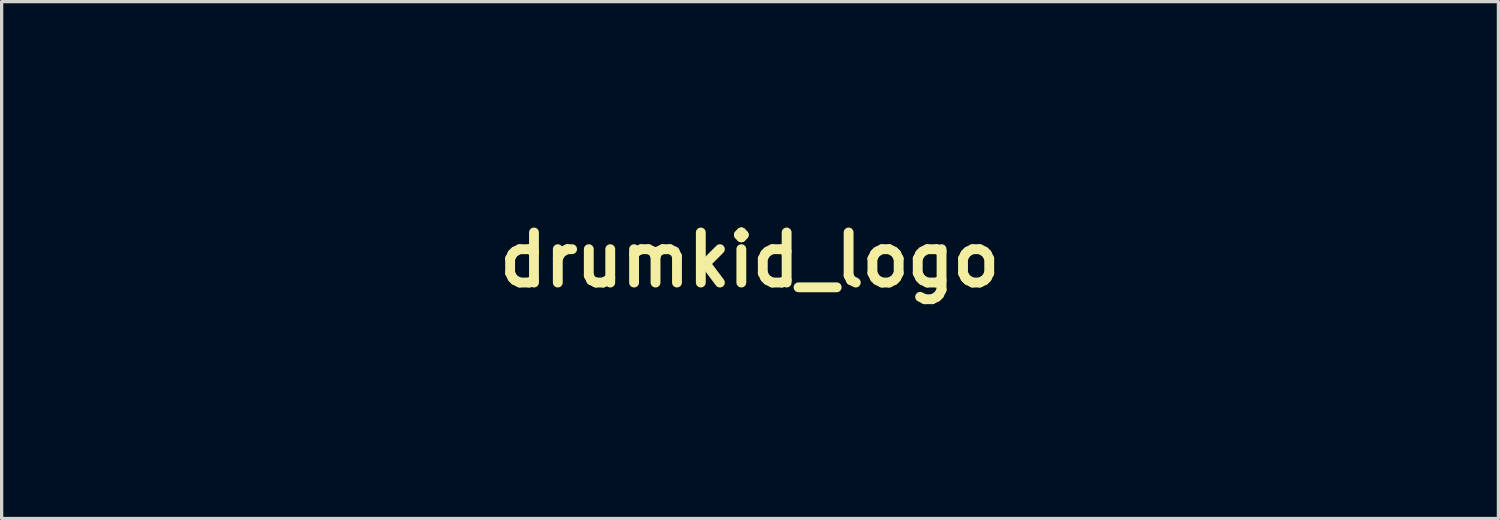
<source format=kicad_pcb>
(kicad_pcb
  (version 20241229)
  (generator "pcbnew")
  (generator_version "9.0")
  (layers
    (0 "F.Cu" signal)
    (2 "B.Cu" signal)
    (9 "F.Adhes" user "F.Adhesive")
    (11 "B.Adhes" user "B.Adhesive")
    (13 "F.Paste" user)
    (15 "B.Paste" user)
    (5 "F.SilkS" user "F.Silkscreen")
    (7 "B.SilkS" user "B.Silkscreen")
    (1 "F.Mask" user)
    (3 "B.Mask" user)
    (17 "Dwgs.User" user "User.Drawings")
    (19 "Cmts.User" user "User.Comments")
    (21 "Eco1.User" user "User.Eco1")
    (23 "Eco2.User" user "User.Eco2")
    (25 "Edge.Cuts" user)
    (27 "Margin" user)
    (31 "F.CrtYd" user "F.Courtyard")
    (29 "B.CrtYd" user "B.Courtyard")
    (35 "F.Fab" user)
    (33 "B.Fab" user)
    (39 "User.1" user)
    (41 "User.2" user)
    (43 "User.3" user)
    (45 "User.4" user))
  (footprint "drumkid_logo"
    (layer "F.Cu")
    (at 19.775 4.863)
    (property "Reference" "drumkid_logo" (at 0 0 0) (layer "F.SilkS") (effects (font (size 1.524 1.524) (thickness 0.3))))
    (attr through_hole)
    (fp_poly (pts (xy 12.785 -3.659) (xy 12.84 -3.644) (xy 13.009 -3.572) (xy 13.145 -3.475) (xy 13.248 -3.351) (xy 13.317 -3.204) (xy 13.35 -3.033) (xy 13.351 -2.874) (xy 13.319 -2.705) (xy 13.251 -2.553) (xy 13.152 -2.422) (xy 13.024 -2.319) (xy 12.889 -2.253) (xy 12.782 -2.227) (xy 12.655 -2.212) (xy 12.526 -2.211) (xy 12.426 -2.223) (xy 12.264 -2.277) (xy 12.12 -2.363) (xy 12.003 -2.476) (xy 11.916 -2.612) (xy 11.897 -2.658) (xy 11.864 -2.789) (xy 11.853 -2.935) (xy 11.865 -3.082) (xy 11.897 -3.215) (xy 11.922 -3.271) (xy 12.016 -3.411) (xy 12.139 -3.524) (xy 12.284 -3.608) (xy 12.445 -3.66) (xy 12.614 -3.678) (xy 12.785 -3.659)) (stroke (width 0.01) (type solid)) (fill no) (layer "Eco2.User"))
    (fp_poly (pts (xy 13.801 -2.484) (xy 13.989 -2.465) (xy 14.154 -2.411) (xy 14.295 -2.324) (xy 14.411 -2.203) (xy 14.416 -2.196) (xy 14.489 -2.062) (xy 14.531 -1.911) (xy 14.543 -1.751) (xy 14.525 -1.591) (xy 14.479 -1.44) (xy 14.405 -1.306) (xy 14.326 -1.217) (xy 14.187 -1.118) (xy 14.027 -1.052) (xy 13.855 -1.021) (xy 13.68 -1.026) (xy 13.523 -1.063) (xy 13.358 -1.14) (xy 13.227 -1.242) (xy 13.131 -1.368) (xy 13.069 -1.518) (xy 13.042 -1.692) (xy 13.043 -1.799) (xy 13.072 -1.973) (xy 13.137 -2.125) (xy 13.238 -2.255) (xy 13.376 -2.363) (xy 13.479 -2.419) (xy 13.557 -2.453) (xy 13.622 -2.473) (xy 13.691 -2.482) (xy 13.781 -2.484) (xy 13.801 -2.484)) (stroke (width 0.01) (type solid)) (fill no) (layer "Eco2.User"))
    (fp_poly (pts (xy 11.624 -2.464) (xy 11.784 -2.403) (xy 11.93 -2.305) (xy 11.978 -2.262) (xy 12.071 -2.144) (xy 12.129 -2.005) (xy 12.156 -1.841) (xy 12.158 -1.778) (xy 12.156 -1.682) (xy 12.148 -1.591) (xy 12.136 -1.522) (xy 12.133 -1.512) (xy 12.07 -1.369) (xy 11.973 -1.247) (xy 11.85 -1.147) (xy 11.706 -1.073) (xy 11.546 -1.029) (xy 11.378 -1.017) (xy 11.213 -1.039) (xy 11.069 -1.091) (xy 10.935 -1.174) (xy 10.822 -1.279) (xy 10.736 -1.399) (xy 10.699 -1.483) (xy 10.67 -1.617) (xy 10.662 -1.767) (xy 10.676 -1.914) (xy 10.698 -2.006) (xy 10.75 -2.113) (xy 10.832 -2.223) (xy 10.84 -2.232) (xy 10.975 -2.35) (xy 11.126 -2.432) (xy 11.289 -2.478) (xy 11.457 -2.489) (xy 11.624 -2.464)) (stroke (width 0.01) (type solid)) (fill no) (layer "Eco2.User"))
    (fp_poly (pts (xy 11.521 -4.857) (xy 11.595 -4.851) (xy 11.653 -4.839) (xy 11.709 -4.819) (xy 11.758 -4.796) (xy 11.908 -4.704) (xy 12.022 -4.594) (xy 12.1 -4.461) (xy 12.145 -4.305) (xy 12.159 -4.138) (xy 12.15 -3.982) (xy 12.12 -3.853) (xy 12.063 -3.741) (xy 11.977 -3.634) (xy 11.961 -3.618) (xy 11.823 -3.509) (xy 11.665 -3.436) (xy 11.492 -3.4) (xy 11.309 -3.403) (xy 11.266 -3.41) (xy 11.117 -3.452) (xy 10.978 -3.521) (xy 10.858 -3.613) (xy 10.767 -3.72) (xy 10.735 -3.776) (xy 10.683 -3.928) (xy 10.661 -4.093) (xy 10.67 -4.258) (xy 10.708 -4.411) (xy 10.735 -4.472) (xy 10.8 -4.568) (xy 10.894 -4.664) (xy 11.006 -4.75) (xy 11.086 -4.796) (xy 11.147 -4.825) (xy 11.201 -4.843) (xy 11.26 -4.853) (xy 11.338 -4.857) (xy 11.419 -4.858) (xy 11.521 -4.857)) (stroke (width 0.01) (type solid)) (fill no) (layer "Eco2.User"))
    (fp_poly (pts (xy 13.902 -4.856) (xy 13.977 -4.85) (xy 14.039 -4.835) (xy 14.103 -4.811) (xy 14.135 -4.796) (xy 14.271 -4.714) (xy 14.386 -4.606) (xy 14.472 -4.481) (xy 14.509 -4.393) (xy 14.534 -4.268) (xy 14.541 -4.127) (xy 14.53 -3.985) (xy 14.502 -3.859) (xy 14.479 -3.801) (xy 14.389 -3.662) (xy 14.267 -3.549) (xy 14.119 -3.464) (xy 13.949 -3.412) (xy 13.939 -3.41) (xy 13.862 -3.396) (xy 13.807 -3.391) (xy 13.754 -3.393) (xy 13.686 -3.402) (xy 13.645 -3.409) (xy 13.485 -3.455) (xy 13.338 -3.534) (xy 13.213 -3.641) (xy 13.118 -3.769) (xy 13.102 -3.8) (xy 13.077 -3.858) (xy 13.062 -3.915) (xy 13.054 -3.984) (xy 13.05 -4.079) (xy 13.05 -4.117) (xy 13.051 -4.219) (xy 13.056 -4.293) (xy 13.067 -4.35) (xy 13.088 -4.405) (xy 13.108 -4.448) (xy 13.196 -4.582) (xy 13.316 -4.699) (xy 13.459 -4.792) (xy 13.479 -4.801) (xy 13.545 -4.829) (xy 13.605 -4.846) (xy 13.674 -4.855) (xy 13.767 -4.858) (xy 13.801 -4.858) (xy 13.902 -4.856)) (stroke (width 0.01) (type solid)) (fill no) (layer "Eco2.User"))
    (fp_poly (pts (xy 12.696 -1.237) (xy 12.769 -1.23) (xy 12.827 -1.217) (xy 12.886 -1.193) (xy 12.912 -1.181) (xy 13.062 -1.085) (xy 13.184 -0.958) (xy 13.275 -0.806) (xy 13.331 -0.633) (xy 13.335 -0.611) (xy 13.339 -0.568) (xy 13.343 -0.482) (xy 13.346 -0.354) (xy 13.348 -0.185) (xy 13.35 0.026) (xy 13.351 0.278) (xy 13.352 0.571) (xy 13.353 0.905) (xy 13.352 1.28) (xy 13.352 1.694) (xy 13.351 1.876) (xy 13.345 4.244) (xy 13.295 4.378) (xy 13.231 4.505) (xy 13.141 4.625) (xy 13.034 4.727) (xy 12.92 4.799) (xy 12.907 4.806) (xy 12.801 4.838) (xy 12.675 4.858) (xy 12.544 4.863) (xy 12.426 4.853) (xy 12.368 4.839) (xy 12.215 4.768) (xy 12.085 4.663) (xy 11.981 4.527) (xy 11.907 4.366) (xy 11.875 4.243) (xy 11.871 4.208) (xy 11.868 4.147) (xy 11.865 4.057) (xy 11.862 3.939) (xy 11.86 3.79) (xy 11.858 3.61) (xy 11.857 3.395) (xy 11.856 3.146) (xy 11.856 2.861) (xy 11.856 2.537) (xy 11.857 2.175) (xy 11.857 1.772) (xy 11.858 1.725) (xy 11.864 -0.667) (xy 11.913 -0.787) (xy 11.987 -0.924) (xy 12.092 -1.048) (xy 12.214 -1.146) (xy 12.272 -1.179) (xy 12.336 -1.208) (xy 12.393 -1.226) (xy 12.458 -1.235) (xy 12.545 -1.238) (xy 12.594 -1.238) (xy 12.696 -1.237)) (stroke (width 0.01) (type solid)) (fill no) (layer "Eco2.User"))
    (fp_poly (pts (xy -12.459 -1.241) (xy -12.3 -1.204) (xy -12.164 -1.132) (xy -12.052 -1.025) (xy -11.964 -0.883) (xy -11.9 -0.707) (xy -11.861 -0.498) (xy -11.859 -0.478) (xy -11.843 -0.332) (xy -11.721 -0.516) (xy -11.626 -0.647) (xy -11.52 -0.777) (xy -11.408 -0.897) (xy -11.301 -0.999) (xy -11.206 -1.074) (xy -11.196 -1.081) (xy -11.088 -1.142) (xy -10.979 -1.186) (xy -10.859 -1.214) (xy -10.717 -1.23) (xy -10.545 -1.236) (xy -10.541 -1.236) (xy -10.408 -1.235) (xy -10.304 -1.23) (xy -10.217 -1.22) (xy -10.132 -1.203) (xy -10.075 -1.189) (xy -9.863 -1.12) (xy -9.671 -1.033) (xy -9.504 -0.932) (xy -9.367 -0.821) (xy -9.265 -0.701) (xy -9.233 -0.648) (xy -9.201 -0.578) (xy -9.184 -0.511) (xy -9.177 -0.429) (xy -9.177 -0.381) (xy -9.194 -0.214) (xy -9.248 -0.07) (xy -9.337 0.052) (xy -9.463 0.152) (xy -9.53 0.19) (xy -9.602 0.222) (xy -9.669 0.242) (xy -9.738 0.25) (xy -9.818 0.244) (xy -9.917 0.225) (xy -10.042 0.193) (xy -10.141 0.164) (xy -10.263 0.129) (xy -10.356 0.104) (xy -10.433 0.088) (xy -10.507 0.079) (xy -10.589 0.075) (xy -10.693 0.074) (xy -10.721 0.074) (xy -10.836 0.075) (xy -10.919 0.077) (xy -10.98 0.084) (xy -11.029 0.096) (xy -11.076 0.114) (xy -11.115 0.132) (xy -11.254 0.22) (xy -11.374 0.338) (xy -11.478 0.489) (xy -11.565 0.674) (xy -11.637 0.895) (xy -11.694 1.155) (xy -11.704 1.21) (xy -11.723 1.334) (xy -11.739 1.46) (xy -11.753 1.594) (xy -11.764 1.738) (xy -11.773 1.898) (xy -11.78 2.079) (xy -11.785 2.285) (xy -11.788 2.52) (xy -11.79 2.789) (xy -11.79 3.037) (xy -11.791 3.242) (xy -11.792 3.438) (xy -11.794 3.621) (xy -11.797 3.786) (xy -11.8 3.927) (xy -11.804 4.039) (xy -11.808 4.118) (xy -11.811 4.152) (xy -11.856 4.349) (xy -11.931 4.517) (xy -12.033 4.655) (xy -12.162 4.761) (xy -12.228 4.797) (xy -12.338 4.836) (xy -12.469 4.859) (xy -12.604 4.865) (xy -12.727 4.852) (xy -12.774 4.84) (xy -12.891 4.793) (xy -12.985 4.735) (xy -13.075 4.653) (xy -13.176 4.518) (xy -13.249 4.352) (xy -13.292 4.159) (xy -13.297 4.108) (xy -13.3 4.019) (xy -13.303 3.896) (xy -13.306 3.742) (xy -13.308 3.559) (xy -13.31 3.353) (xy -13.311 3.126) (xy -13.312 2.881) (xy -13.312 2.623) (xy -13.312 2.354) (xy -13.311 2.077) (xy -13.311 1.797) (xy -13.309 1.516) (xy -13.308 1.238) (xy -13.306 0.967) (xy -13.304 0.705) (xy -13.301 0.456) (xy -13.298 0.225) (xy -13.295 0.013) (xy -13.292 -0.176) (xy -13.288 -0.338) (xy -13.284 -0.469) (xy -13.28 -0.567) (xy -13.276 -0.629) (xy -13.273 -0.646) (xy -13.21 -0.833) (xy -13.125 -0.984) (xy -13.017 -1.1) (xy -12.886 -1.182) (xy -12.731 -1.23) (xy -12.641 -1.242) (xy -12.459 -1.241)) (stroke (width 0.01) (type solid)) (fill no) (layer "Eco2.User"))
    (fp_poly (pts (xy -14.499 -3.474) (xy -14.356 -3.449) (xy -14.248 -3.409) (xy -14.141 -3.333) (xy -14.043 -3.225) (xy -13.963 -3.095) (xy -13.955 -3.08) (xy -13.896 -2.953) (xy -13.896 0.677) (xy -13.896 1.147) (xy -13.896 1.577) (xy -13.895 1.968) (xy -13.895 2.322) (xy -13.895 2.642) (xy -13.896 2.929) (xy -13.897 3.184) (xy -13.898 3.411) (xy -13.9 3.611) (xy -13.902 3.785) (xy -13.906 3.936) (xy -13.91 4.065) (xy -13.915 4.175) (xy -13.922 4.267) (xy -13.929 4.343) (xy -13.938 4.406) (xy -13.948 4.456) (xy -13.96 4.497) (xy -13.974 4.529) (xy -13.989 4.554) (xy -14.006 4.576) (xy -14.024 4.595) (xy -14.045 4.613) (xy -14.068 4.632) (xy -14.093 4.655) (xy -14.107 4.668) (xy -14.221 4.767) (xy -14.336 4.829) (xy -14.464 4.861) (xy -14.616 4.865) (xy -14.636 4.864) (xy -14.805 4.834) (xy -14.953 4.769) (xy -15.077 4.672) (xy -15.175 4.543) (xy -15.247 4.386) (xy -15.29 4.201) (xy -15.303 4.013) (xy -15.303 3.867) (xy -15.433 4.009) (xy -15.552 4.129) (xy -15.689 4.254) (xy -15.835 4.374) (xy -15.978 4.48) (xy -16.106 4.563) (xy -16.118 4.57) (xy -16.288 4.655) (xy -16.484 4.731) (xy -16.69 4.794) (xy -16.878 4.836) (xy -17.029 4.855) (xy -17.202 4.864) (xy -17.381 4.864) (xy -17.55 4.855) (xy -17.686 4.837) (xy -17.973 4.768) (xy -18.236 4.669) (xy -18.48 4.537) (xy -18.71 4.367) (xy -18.892 4.202) (xy -19.109 3.955) (xy -19.297 3.679) (xy -19.454 3.376) (xy -19.58 3.047) (xy -19.675 2.693) (xy -19.737 2.316) (xy -19.767 1.916) (xy -19.769 1.794) (xy -18.246 1.794) (xy -18.24 1.986) (xy -18.228 2.172) (xy -18.21 2.342) (xy -18.185 2.484) (xy -18.176 2.519) (xy -18.09 2.784) (xy -17.979 3.016) (xy -17.843 3.213) (xy -17.682 3.379) (xy -17.495 3.512) (xy -17.41 3.558) (xy -17.186 3.647) (xy -16.959 3.694) (xy -16.729 3.699) (xy -16.542 3.672) (xy -16.318 3.604) (xy -16.116 3.501) (xy -15.937 3.365) (xy -15.782 3.196) (xy -15.651 2.997) (xy -15.546 2.769) (xy -15.467 2.513) (xy -15.416 2.231) (xy -15.393 1.925) (xy -15.395 1.675) (xy -15.418 1.388) (xy -15.464 1.13) (xy -15.536 0.894) (xy -15.635 0.67) (xy -15.709 0.536) (xy -15.835 0.365) (xy -15.993 0.21) (xy -16.173 0.078) (xy -16.366 -0.021) (xy -16.457 -0.055) (xy -16.68 -0.105) (xy -16.903 -0.114) (xy -17.122 -0.083) (xy -17.332 -0.013) (xy -17.529 0.094) (xy -17.702 0.232) (xy -17.865 0.415) (xy -18 0.629) (xy -18.107 0.873) (xy -18.187 1.149) (xy -18.215 1.292) (xy -18.233 1.436) (xy -18.243 1.607) (xy -18.246 1.794) (xy -19.769 1.794) (xy -19.77 1.749) (xy -19.754 1.346) (xy -19.708 0.969) (xy -19.631 0.618) (xy -19.524 0.294) (xy -19.387 -0.002) (xy -19.221 -0.27) (xy -19.026 -0.508) (xy -18.803 -0.716) (xy -18.551 -0.893) (xy -18.362 -0.997) (xy -18.189 -1.075) (xy -18.023 -1.133) (xy -17.855 -1.175) (xy -17.672 -1.203) (xy -17.463 -1.218) (xy -17.366 -1.222) (xy -17.051 -1.22) (xy -16.765 -1.192) (xy -16.504 -1.137) (xy -16.26 -1.052) (xy -16.028 -0.934) (xy -15.803 -0.783) (xy -15.579 -0.596) (xy -15.511 -0.532) (xy -15.303 -0.333) (xy -15.303 -1.52) (xy -15.303 -1.799) (xy -15.303 -2.039) (xy -15.301 -2.244) (xy -15.298 -2.417) (xy -15.294 -2.563) (xy -15.289 -2.683) (xy -15.282 -2.782) (xy -15.273 -2.864) (xy -15.262 -2.931) (xy -15.248 -2.988) (xy -15.231 -3.037) (xy -15.212 -3.083) (xy -15.197 -3.115) (xy -15.13 -3.22) (xy -15.043 -3.317) (xy -14.949 -3.392) (xy -14.92 -3.409) (xy -14.796 -3.453) (xy -14.651 -3.475) (xy -14.499 -3.474)) (stroke (width 0.01) (type solid)) (fill no) (layer "Eco2.User"))
    (fp_poly (pts (xy 7.017 -3.47) (xy 7.131 -3.452) (xy 7.173 -3.441) (xy 7.277 -3.389) (xy 7.383 -3.31) (xy 7.477 -3.215) (xy 7.544 -3.115) (xy 7.545 -3.114) (xy 7.562 -3.079) (xy 7.578 -3.048) (xy 7.591 -3.017) (xy 7.603 -2.983) (xy 7.613 -2.944) (xy 7.622 -2.897) (xy 7.629 -2.839) (xy 7.636 -2.768) (xy 7.641 -2.68) (xy 7.645 -2.574) (xy 7.648 -2.446) (xy 7.651 -2.294) (xy 7.653 -2.114) (xy 7.655 -1.905) (xy 7.657 -1.662) (xy 7.659 -1.385) (xy 7.661 -1.069) (xy 7.662 -0.881) (xy 7.673 1.085) (xy 8.641 0.072) (xy 8.81 -0.105) (xy 8.974 -0.276) (xy 9.129 -0.436) (xy 9.273 -0.585) (xy 9.404 -0.718) (xy 9.517 -0.833) (xy 9.611 -0.927) (xy 9.682 -0.997) (xy 9.728 -1.04) (xy 9.737 -1.048) (xy 9.842 -1.129) (xy 9.932 -1.184) (xy 10.021 -1.217) (xy 10.12 -1.233) (xy 10.234 -1.237) (xy 10.377 -1.228) (xy 10.493 -1.201) (xy 10.593 -1.149) (xy 10.689 -1.068) (xy 10.721 -1.035) (xy 10.806 -0.93) (xy 10.858 -0.827) (xy 10.883 -0.713) (xy 10.887 -0.645) (xy 10.879 -0.543) (xy 10.849 -0.437) (xy 10.795 -0.325) (xy 10.715 -0.203) (xy 10.606 -0.069) (xy 10.467 0.08) (xy 10.294 0.249) (xy 10.234 0.305) (xy 10.12 0.411) (xy 9.995 0.527) (xy 9.87 0.644) (xy 9.759 0.748) (xy 9.721 0.783) (xy 9.484 1.005) (xy 10.336 2.341) (xy 10.475 2.56) (xy 10.61 2.772) (xy 10.737 2.973) (xy 10.855 3.161) (xy 10.962 3.332) (xy 11.056 3.483) (xy 11.135 3.61) (xy 11.197 3.712) (xy 11.24 3.784) (xy 11.261 3.822) (xy 11.299 3.902) (xy 11.322 3.966) (xy 11.332 4.033) (xy 11.334 4.121) (xy 11.334 4.137) (xy 11.325 4.291) (xy 11.297 4.416) (xy 11.244 4.525) (xy 11.162 4.63) (xy 11.125 4.668) (xy 11.014 4.764) (xy 10.902 4.826) (xy 10.778 4.859) (xy 10.631 4.866) (xy 10.587 4.864) (xy 10.521 4.859) (xy 10.461 4.851) (xy 10.405 4.838) (xy 10.351 4.817) (xy 10.297 4.786) (xy 10.241 4.744) (xy 10.182 4.688) (xy 10.117 4.616) (xy 10.046 4.525) (xy 9.966 4.414) (xy 9.875 4.281) (xy 9.772 4.122) (xy 9.655 3.937) (xy 9.523 3.722) (xy 9.372 3.476) (xy 9.202 3.197) (xy 9.144 3.101) (xy 9.027 2.908) (xy 8.917 2.726) (xy 8.814 2.558) (xy 8.722 2.407) (xy 8.643 2.277) (xy 8.577 2.17) (xy 8.528 2.09) (xy 8.497 2.04) (xy 8.486 2.024) (xy 8.467 2.033) (xy 8.422 2.068) (xy 8.354 2.124) (xy 8.269 2.2) (xy 8.17 2.29) (xy 8.068 2.384) (xy 7.667 2.762) (xy 7.664 3.435) (xy 7.663 3.655) (xy 7.66 3.837) (xy 7.656 3.987) (xy 7.648 4.11) (xy 7.636 4.209) (xy 7.621 4.291) (xy 7.6 4.361) (xy 7.574 4.422) (xy 7.542 4.481) (xy 7.512 4.527) (xy 7.432 4.634) (xy 7.343 4.715) (xy 7.232 4.786) (xy 7.197 4.805) (xy 7.105 4.838) (xy 6.99 4.857) (xy 6.866 4.864) (xy 6.75 4.856) (xy 6.678 4.84) (xy 6.522 4.77) (xy 6.396 4.673) (xy 6.298 4.546) (xy 6.225 4.386) (xy 6.191 4.271) (xy 6.187 4.249) (xy 6.184 4.218) (xy 6.18 4.177) (xy 6.177 4.124) (xy 6.174 4.057) (xy 6.172 3.973) (xy 6.17 3.871) (xy 6.168 3.75) (xy 6.166 3.606) (xy 6.165 3.438) (xy 6.163 3.245) (xy 6.163 3.023) (xy 6.162 2.773) (xy 6.161 2.49) (xy 6.161 2.174) (xy 6.16 1.822) (xy 6.16 1.433) (xy 6.16 1.005) (xy 6.16 0.751) (xy 6.16 0.251) (xy 6.16 -0.213) (xy 6.161 -0.641) (xy 6.162 -1.031) (xy 6.163 -1.383) (xy 6.165 -1.696) (xy 6.167 -1.971) (xy 6.169 -2.206) (xy 6.171 -2.401) (xy 6.173 -2.556) (xy 6.176 -2.67) (xy 6.179 -2.742) (xy 6.181 -2.768) (xy 6.23 -2.969) (xy 6.305 -3.139) (xy 6.405 -3.276) (xy 6.53 -3.381) (xy 6.678 -3.45) (xy 6.774 -3.47) (xy 6.893 -3.476) (xy 7.017 -3.47)) (stroke (width 0.01) (type solid)) (fill no) (layer "Eco2.User"))
    (fp_poly (pts (xy 19.231 -3.466) (xy 19.364 -3.432) (xy 19.477 -3.373) (xy 19.557 -3.304) (xy 19.662 -3.175) (xy 19.734 -3.024) (xy 19.767 -2.904) (xy 19.77 -2.874) (xy 19.774 -2.816) (xy 19.776 -2.729) (xy 19.779 -2.613) (xy 19.781 -2.466) (xy 19.783 -2.286) (xy 19.785 -2.073) (xy 19.786 -1.827) (xy 19.788 -1.545) (xy 19.789 -1.226) (xy 19.79 -0.87) (xy 19.79 -0.476) (xy 19.791 -0.042) (xy 19.791 0.433) (xy 19.791 0.69) (xy 19.791 1.152) (xy 19.791 1.574) (xy 19.791 1.958) (xy 19.791 2.305) (xy 19.79 2.617) (xy 19.79 2.897) (xy 19.789 3.146) (xy 19.787 3.366) (xy 19.785 3.56) (xy 19.783 3.729) (xy 19.78 3.874) (xy 19.776 3.999) (xy 19.772 4.105) (xy 19.767 4.194) (xy 19.761 4.267) (xy 19.754 4.328) (xy 19.746 4.377) (xy 19.736 4.416) (xy 19.726 4.449) (xy 19.715 4.476) (xy 19.702 4.499) (xy 19.688 4.521) (xy 19.672 4.544) (xy 19.657 4.566) (xy 19.549 4.691) (xy 19.42 4.783) (xy 19.276 4.843) (xy 19.123 4.869) (xy 18.967 4.861) (xy 18.816 4.818) (xy 18.676 4.739) (xy 18.594 4.669) (xy 18.509 4.57) (xy 18.448 4.462) (xy 18.408 4.337) (xy 18.384 4.185) (xy 18.378 4.091) (xy 18.367 3.875) (xy 18.161 4.082) (xy 18.005 4.232) (xy 17.863 4.355) (xy 17.725 4.457) (xy 17.579 4.548) (xy 17.431 4.626) (xy 17.24 4.713) (xy 17.061 4.776) (xy 16.881 4.82) (xy 16.686 4.846) (xy 16.465 4.859) (xy 16.447 4.859) (xy 16.245 4.861) (xy 16.084 4.853) (xy 15.967 4.838) (xy 15.669 4.761) (xy 15.389 4.646) (xy 15.13 4.496) (xy 14.891 4.312) (xy 14.675 4.096) (xy 14.482 3.85) (xy 14.314 3.574) (xy 14.172 3.271) (xy 14.058 2.942) (xy 13.973 2.589) (xy 13.929 2.308) (xy 13.918 2.187) (xy 13.911 2.035) (xy 13.91 1.973) (xy 15.417 1.973) (xy 15.449 2.286) (xy 15.516 2.581) (xy 15.614 2.853) (xy 15.644 2.918) (xy 15.769 3.13) (xy 15.92 3.313) (xy 16.095 3.464) (xy 16.292 3.581) (xy 16.506 3.661) (xy 16.557 3.673) (xy 16.672 3.69) (xy 16.811 3.696) (xy 16.96 3.691) (xy 17.1 3.677) (xy 17.218 3.653) (xy 17.23 3.65) (xy 17.447 3.563) (xy 17.641 3.442) (xy 17.81 3.287) (xy 17.955 3.099) (xy 18.074 2.88) (xy 18.167 2.629) (xy 18.234 2.349) (xy 18.271 2.067) (xy 18.282 1.761) (xy 18.262 1.463) (xy 18.214 1.178) (xy 18.137 0.911) (xy 18.033 0.668) (xy 17.904 0.455) (xy 17.894 0.442) (xy 17.756 0.283) (xy 17.591 0.143) (xy 17.408 0.028) (xy 17.218 -0.055) (xy 17.154 -0.075) (xy 17.039 -0.096) (xy 16.899 -0.106) (xy 16.752 -0.106) (xy 16.614 -0.096) (xy 16.505 -0.076) (xy 16.288 0.004) (xy 16.094 0.118) (xy 15.922 0.267) (xy 15.774 0.449) (xy 15.65 0.662) (xy 15.551 0.906) (xy 15.478 1.178) (xy 15.431 1.478) (xy 15.418 1.645) (xy 15.417 1.973) (xy 13.91 1.973) (xy 13.908 1.863) (xy 13.908 1.682) (xy 13.911 1.503) (xy 13.918 1.335) (xy 13.929 1.191) (xy 13.939 1.103) (xy 14.004 0.748) (xy 14.094 0.426) (xy 14.212 0.132) (xy 14.357 -0.134) (xy 14.531 -0.377) (xy 14.699 -0.562) (xy 14.923 -0.761) (xy 15.161 -0.923) (xy 15.415 -1.05) (xy 15.689 -1.142) (xy 15.985 -1.2) (xy 16.306 -1.226) (xy 16.415 -1.228) (xy 16.728 -1.214) (xy 17.015 -1.171) (xy 17.283 -1.097) (xy 17.535 -0.989) (xy 17.778 -0.846) (xy 18.016 -0.665) (xy 18.209 -0.49) (xy 18.373 -0.331) (xy 18.373 -1.557) (xy 18.373 -1.834) (xy 18.374 -2.071) (xy 18.375 -2.274) (xy 18.377 -2.445) (xy 18.38 -2.587) (xy 18.385 -2.705) (xy 18.392 -2.802) (xy 18.4 -2.881) (xy 18.411 -2.946) (xy 18.424 -3) (xy 18.44 -3.048) (xy 18.459 -3.092) (xy 18.482 -3.136) (xy 18.494 -3.159) (xy 18.586 -3.287) (xy 18.705 -3.383) (xy 18.849 -3.446) (xy 19.017 -3.474) (xy 19.069 -3.476) (xy 19.231 -3.466)) (stroke (width 0.01) (type solid)) (fill no) (layer "Eco2.User"))
    (fp_poly (pts (xy -4.209 -1.235) (xy -4.128 -1.227) (xy -4.064 -1.21) (xy -4.018 -1.192) (xy -3.875 -1.104) (xy -3.756 -0.983) (xy -3.666 -0.835) (xy -3.606 -0.662) (xy -3.601 -0.639) (xy -3.597 -0.603) (xy -3.593 -0.535) (xy -3.59 -0.435) (xy -3.587 -0.301) (xy -3.584 -0.133) (xy -3.582 0.072) (xy -3.581 0.313) (xy -3.579 0.591) (xy -3.578 0.909) (xy -3.578 1.266) (xy -3.577 1.665) (xy -3.577 1.827) (xy -3.578 2.204) (xy -3.578 2.542) (xy -3.578 2.842) (xy -3.579 3.107) (xy -3.58 3.34) (xy -3.581 3.542) (xy -3.583 3.717) (xy -3.585 3.866) (xy -3.589 3.992) (xy -3.593 4.097) (xy -3.597 4.184) (xy -3.603 4.256) (xy -3.61 4.314) (xy -3.618 4.361) (xy -3.627 4.4) (xy -3.638 4.433) (xy -3.649 4.462) (xy -3.663 4.49) (xy -3.674 4.511) (xy -3.765 4.642) (xy -3.885 4.748) (xy -4.028 4.822) (xy -4.186 4.861) (xy -4.216 4.864) (xy -4.381 4.861) (xy -4.526 4.826) (xy -4.662 4.756) (xy -4.672 4.749) (xy -4.787 4.649) (xy -4.876 4.524) (xy -4.938 4.371) (xy -4.977 4.187) (xy -4.989 4.06) (xy -5.002 3.852) (xy -5.12 3.984) (xy -5.342 4.212) (xy -5.562 4.401) (xy -5.785 4.554) (xy -6.018 4.672) (xy -6.264 4.76) (xy -6.53 4.819) (xy -6.742 4.847) (xy -6.858 4.857) (xy -6.947 4.863) (xy -7.022 4.864) (xy -7.097 4.861) (xy -7.188 4.853) (xy -7.27 4.845) (xy -7.504 4.805) (xy -7.743 4.734) (xy -7.973 4.638) (xy -8.009 4.62) (xy -8.103 4.569) (xy -8.184 4.516) (xy -8.263 4.453) (xy -8.351 4.371) (xy -8.404 4.319) (xy -8.537 4.173) (xy -8.645 4.025) (xy -8.732 3.866) (xy -8.802 3.688) (xy -8.858 3.484) (xy -8.903 3.247) (xy -8.905 3.235) (xy -8.911 3.189) (xy -8.917 3.14) (xy -8.923 3.086) (xy -8.927 3.023) (xy -8.931 2.948) (xy -8.934 2.859) (xy -8.936 2.752) (xy -8.938 2.624) (xy -8.94 2.473) (xy -8.941 2.294) (xy -8.942 2.086) (xy -8.942 1.845) (xy -8.943 1.568) (xy -8.943 1.251) (xy -8.943 1.228) (xy -8.943 0.903) (xy -8.943 0.617) (xy -8.942 0.368) (xy -8.941 0.153) (xy -8.94 -0.032) (xy -8.938 -0.188) (xy -8.935 -0.32) (xy -8.931 -0.429) (xy -8.926 -0.519) (xy -8.919 -0.593) (xy -8.911 -0.653) (xy -8.901 -0.703) (xy -8.89 -0.745) (xy -8.877 -0.782) (xy -8.861 -0.817) (xy -8.844 -0.853) (xy -8.836 -0.87) (xy -8.747 -1.002) (xy -8.627 -1.113) (xy -8.509 -1.183) (xy -8.445 -1.21) (xy -8.386 -1.226) (xy -8.316 -1.235) (xy -8.222 -1.237) (xy -8.191 -1.237) (xy -8.067 -1.233) (xy -7.975 -1.221) (xy -7.906 -1.2) (xy -7.906 -1.199) (xy -7.757 -1.117) (xy -7.64 -1.013) (xy -7.548 -0.879) (xy -7.487 -0.746) (xy -7.479 -0.722) (xy -7.472 -0.698) (xy -7.465 -0.67) (xy -7.46 -0.636) (xy -7.455 -0.591) (xy -7.451 -0.534) (xy -7.448 -0.461) (xy -7.444 -0.369) (xy -7.442 -0.255) (xy -7.439 -0.117) (xy -7.437 0.049) (xy -7.435 0.246) (xy -7.433 0.477) (xy -7.43 0.745) (xy -7.428 0.995) (xy -7.425 1.307) (xy -7.422 1.58) (xy -7.42 1.816) (xy -7.417 2.019) (xy -7.414 2.191) (xy -7.41 2.335) (xy -7.407 2.454) (xy -7.403 2.551) (xy -7.398 2.629) (xy -7.393 2.691) (xy -7.388 2.739) (xy -7.381 2.777) (xy -7.381 2.777) (xy -7.323 3.008) (xy -7.247 3.203) (xy -7.151 3.362) (xy -7.034 3.488) (xy -6.895 3.583) (xy -6.732 3.649) (xy -6.722 3.652) (xy -6.607 3.673) (xy -6.466 3.681) (xy -6.314 3.677) (xy -6.165 3.66) (xy -6.034 3.632) (xy -5.993 3.619) (xy -5.805 3.532) (xy -5.625 3.411) (xy -5.464 3.264) (xy -5.329 3.097) (xy -5.263 2.987) (xy -5.231 2.92) (xy -5.202 2.849) (xy -5.178 2.769) (xy -5.156 2.679) (xy -5.138 2.575) (xy -5.123 2.455) (xy -5.111 2.315) (xy -5.101 2.151) (xy -5.093 1.962) (xy -5.088 1.745) (xy -5.084 1.495) (xy -5.081 1.211) (xy -5.08 0.889) (xy -5.08 0.709) (xy -5.08 0.432) (xy -5.079 0.194) (xy -5.077 -0.008) (xy -5.075 -0.179) (xy -5.072 -0.322) (xy -5.067 -0.44) (xy -5.06 -0.537) (xy -5.052 -0.616) (xy -5.041 -0.68) (xy -5.028 -0.735) (xy -5.013 -0.782) (xy -4.995 -0.825) (xy -4.975 -0.866) (xy -4.895 -0.984) (xy -4.785 -1.09) (xy -4.658 -1.173) (xy -4.639 -1.182) (xy -4.574 -1.209) (xy -4.514 -1.226) (xy -4.444 -1.235) (xy -4.351 -1.237) (xy -4.318 -1.238) (xy -4.209 -1.235)) (stroke (width 0.01) (type solid)) (fill no) (layer "Eco2.User"))
    (fp_poly (pts (xy -2.082 -1.225) (xy -1.945 -1.183) (xy -1.821 -1.108) (xy -1.731 -1.027) (xy -1.639 -0.911) (xy -1.577 -0.777) (xy -1.54 -0.616) (xy -1.53 -0.516) (xy -1.518 -0.344) (xy -1.368 -0.502) (xy -1.136 -0.72) (xy -0.887 -0.9) (xy -0.625 -1.042) (xy -0.351 -1.145) (xy -0.13 -1.197) (xy -0.005 -1.212) (xy 0.144 -1.222) (xy 0.306 -1.227) (xy 0.464 -1.225) (xy 0.606 -1.216) (xy 0.694 -1.206) (xy 0.956 -1.143) (xy 1.202 -1.043) (xy 1.428 -0.909) (xy 1.631 -0.743) (xy 1.805 -0.548) (xy 1.859 -0.472) (xy 1.948 -0.34) (xy 2.154 -0.547) (xy 2.387 -0.758) (xy 2.627 -0.929) (xy 2.878 -1.062) (xy 3.142 -1.159) (xy 3.178 -1.169) (xy 3.245 -1.186) (xy 3.308 -1.198) (xy 3.375 -1.207) (xy 3.454 -1.212) (xy 3.553 -1.215) (xy 3.683 -1.216) (xy 3.768 -1.215) (xy 3.954 -1.213) (xy 4.108 -1.205) (xy 4.239 -1.191) (xy 4.356 -1.167) (xy 4.47 -1.132) (xy 4.589 -1.085) (xy 4.723 -1.022) (xy 4.741 -1.013) (xy 4.843 -0.962) (xy 4.923 -0.915) (xy 4.993 -0.863) (xy 5.066 -0.798) (xy 5.155 -0.712) (xy 5.281 -0.573) (xy 5.382 -0.439) (xy 5.46 -0.297) (xy 5.523 -0.14) (xy 5.573 0.043) (xy 5.603 0.191) (xy 5.61 0.228) (xy 5.616 0.269) (xy 5.621 0.315) (xy 5.625 0.37) (xy 5.628 0.437) (xy 5.632 0.518) (xy 5.634 0.616) (xy 5.636 0.734) (xy 5.638 0.875) (xy 5.639 1.042) (xy 5.64 1.238) (xy 5.64 1.464) (xy 5.641 1.725) (xy 5.641 2.024) (xy 5.641 2.307) (xy 5.641 4.223) (xy 5.591 4.367) (xy 5.526 4.503) (xy 5.432 4.63) (xy 5.32 4.735) (xy 5.202 4.807) (xy 5.14 4.832) (xy 5.079 4.847) (xy 5.004 4.855) (xy 4.903 4.858) (xy 4.879 4.858) (xy 4.774 4.856) (xy 4.699 4.85) (xy 4.639 4.838) (xy 4.58 4.817) (xy 4.55 4.803) (xy 4.409 4.721) (xy 4.3 4.62) (xy 4.224 4.508) (xy 4.203 4.468) (xy 4.184 4.432) (xy 4.167 4.396) (xy 4.153 4.358) (xy 4.14 4.315) (xy 4.13 4.264) (xy 4.121 4.201) (xy 4.114 4.125) (xy 4.108 4.032) (xy 4.103 3.918) (xy 4.099 3.782) (xy 4.096 3.62) (xy 4.093 3.429) (xy 4.091 3.207) (xy 4.088 2.95) (xy 4.086 2.656) (xy 4.084 2.445) (xy 4.081 2.076) (xy 4.077 1.749) (xy 4.073 1.463) (xy 4.069 1.217) (xy 4.065 1.012) (xy 4.06 0.847) (xy 4.055 0.721) (xy 4.05 0.633) (xy 4.045 0.584) (xy 4.044 0.582) (xy 3.994 0.406) (xy 3.916 0.252) (xy 3.816 0.125) (xy 3.696 0.03) (xy 3.635 -0.001) (xy 3.528 -0.034) (xy 3.396 -0.055) (xy 3.256 -0.062) (xy 3.123 -0.054) (xy 3.071 -0.045) (xy 2.888 0.015) (xy 2.715 0.111) (xy 2.558 0.237) (xy 2.424 0.387) (xy 2.319 0.555) (xy 2.267 0.68) (xy 2.247 0.745) (xy 2.229 0.808) (xy 2.213 0.872) (xy 2.2 0.941) (xy 2.188 1.018) (xy 2.178 1.107) (xy 2.17 1.21) (xy 2.163 1.332) (xy 2.158 1.475) (xy 2.153 1.643) (xy 2.149 1.839) (xy 2.146 2.066) (xy 2.142 2.328) (xy 2.139 2.628) (xy 2.139 2.72) (xy 2.136 3.009) (xy 2.133 3.259) (xy 2.131 3.474) (xy 2.128 3.655) (xy 2.125 3.806) (xy 2.122 3.931) (xy 2.119 4.032) (xy 2.115 4.113) (xy 2.111 4.176) (xy 2.106 4.225) (xy 2.101 4.263) (xy 2.094 4.294) (xy 2.087 4.318) (xy 2.019 4.484) (xy 1.929 4.618) (xy 1.814 4.725) (xy 1.693 4.798) (xy 1.636 4.825) (xy 1.585 4.843) (xy 1.527 4.852) (xy 1.451 4.857) (xy 1.355 4.857) (xy 1.25 4.857) (xy 1.175 4.852) (xy 1.118 4.841) (xy 1.065 4.823) (xy 1.013 4.799) (xy 0.874 4.708) (xy 0.759 4.585) (xy 0.696 4.483) (xy 0.677 4.446) (xy 0.66 4.411) (xy 0.646 4.377) (xy 0.633 4.339) (xy 0.622 4.295) (xy 0.613 4.243) (xy 0.606 4.179) (xy 0.599 4.1) (xy 0.594 4.004) (xy 0.589 3.887) (xy 0.586 3.746) (xy 0.583 3.58) (xy 0.58 3.384) (xy 0.577 3.156) (xy 0.575 2.893) (xy 0.572 2.592) (xy 0.571 2.424) (xy 0.568 2.153) (xy 0.566 1.894) (xy 0.563 1.649) (xy 0.56 1.422) (xy 0.557 1.216) (xy 0.553 1.034) (xy 0.55 0.88) (xy 0.547 0.756) (xy 0.545 0.667) (xy 0.542 0.615) (xy 0.541 0.603) (xy 0.486 0.416) (xy 0.42 0.266) (xy 0.338 0.148) (xy 0.238 0.058) (xy 0.159 0.011) (xy 0.104 -0.016) (xy 0.058 -0.033) (xy 0.008 -0.044) (xy -0.053 -0.05) (xy -0.138 -0.052) (xy -0.243 -0.053) (xy -0.367 -0.052) (xy -0.46 -0.047) (xy -0.533 -0.038) (xy -0.6 -0.023) (xy -0.662 -0.003) (xy -0.807 0.058) (xy -0.932 0.137) (xy -1.039 0.236) (xy -1.129 0.359) (xy -1.205 0.51) (xy -1.268 0.691) (xy -1.321 0.907) (xy -1.366 1.16) (xy -1.377 1.238) (xy -1.382 1.294) (xy -1.386 1.388) (xy -1.391 1.519) (xy -1.395 1.682) (xy -1.399 1.875) (xy -1.403 2.094) (xy -1.406 2.336) (xy -1.409 2.598) (xy -1.41 2.773) (xy -1.412 3.066) (xy -1.414 3.321) (xy -1.417 3.54) (xy -1.42 3.726) (xy -1.424 3.883) (xy -1.43 4.014) (xy -1.436 4.122) (xy -1.445 4.211) (xy -1.455 4.284) (xy -1.468 4.344) (xy -1.483 4.394) (xy -1.502 4.438) (xy -1.523 4.479) (xy -1.548 4.52) (xy -1.566 4.547) (xy -1.673 4.676) (xy -1.809 4.775) (xy -1.956 4.837) (xy -2.06 4.857) (xy -2.185 4.865) (xy -2.307 4.861) (xy -2.384 4.848) (xy -2.539 4.79) (xy -2.674 4.697) (xy -2.787 4.573) (xy -2.873 4.421) (xy -2.93 4.245) (xy -2.941 4.186) (xy -2.945 4.142) (xy -2.949 4.056) (xy -2.952 3.929) (xy -2.954 3.764) (xy -2.957 3.561) (xy -2.959 3.322) (xy -2.96 3.046) (xy -2.961 2.737) (xy -2.962 2.393) (xy -2.963 2.018) (xy -2.963 1.757) (xy -2.963 1.383) (xy -2.963 1.05) (xy -2.962 0.754) (xy -2.962 0.492) (xy -2.961 0.264) (xy -2.96 0.065) (xy -2.957 -0.106) (xy -2.955 -0.253) (xy -2.951 -0.376) (xy -2.946 -0.48) (xy -2.941 -0.566) (xy -2.934 -0.636) (xy -2.925 -0.694) (xy -2.916 -0.742) (xy -2.905 -0.782) (xy -2.892 -0.817) (xy -2.877 -0.849) (xy -2.861 -0.881) (xy -2.843 -0.914) (xy -2.841 -0.917) (xy -2.771 -1.015) (xy -2.676 -1.106) (xy -2.571 -1.179) (xy -2.503 -1.21) (xy -2.444 -1.223) (xy -2.359 -1.233) (xy -2.264 -1.238) (xy -2.244 -1.238) (xy -2.082 -1.225)) (stroke (width 0.01) (type solid)) (fill no) (layer "Eco2.User")))
  (gr_rect
    (start -3 -3)
    (end 42.571 12.737)
    (stroke (width 0.1) (type default))
    (fill no)
    (layer "Edge.Cuts")))
</source>
